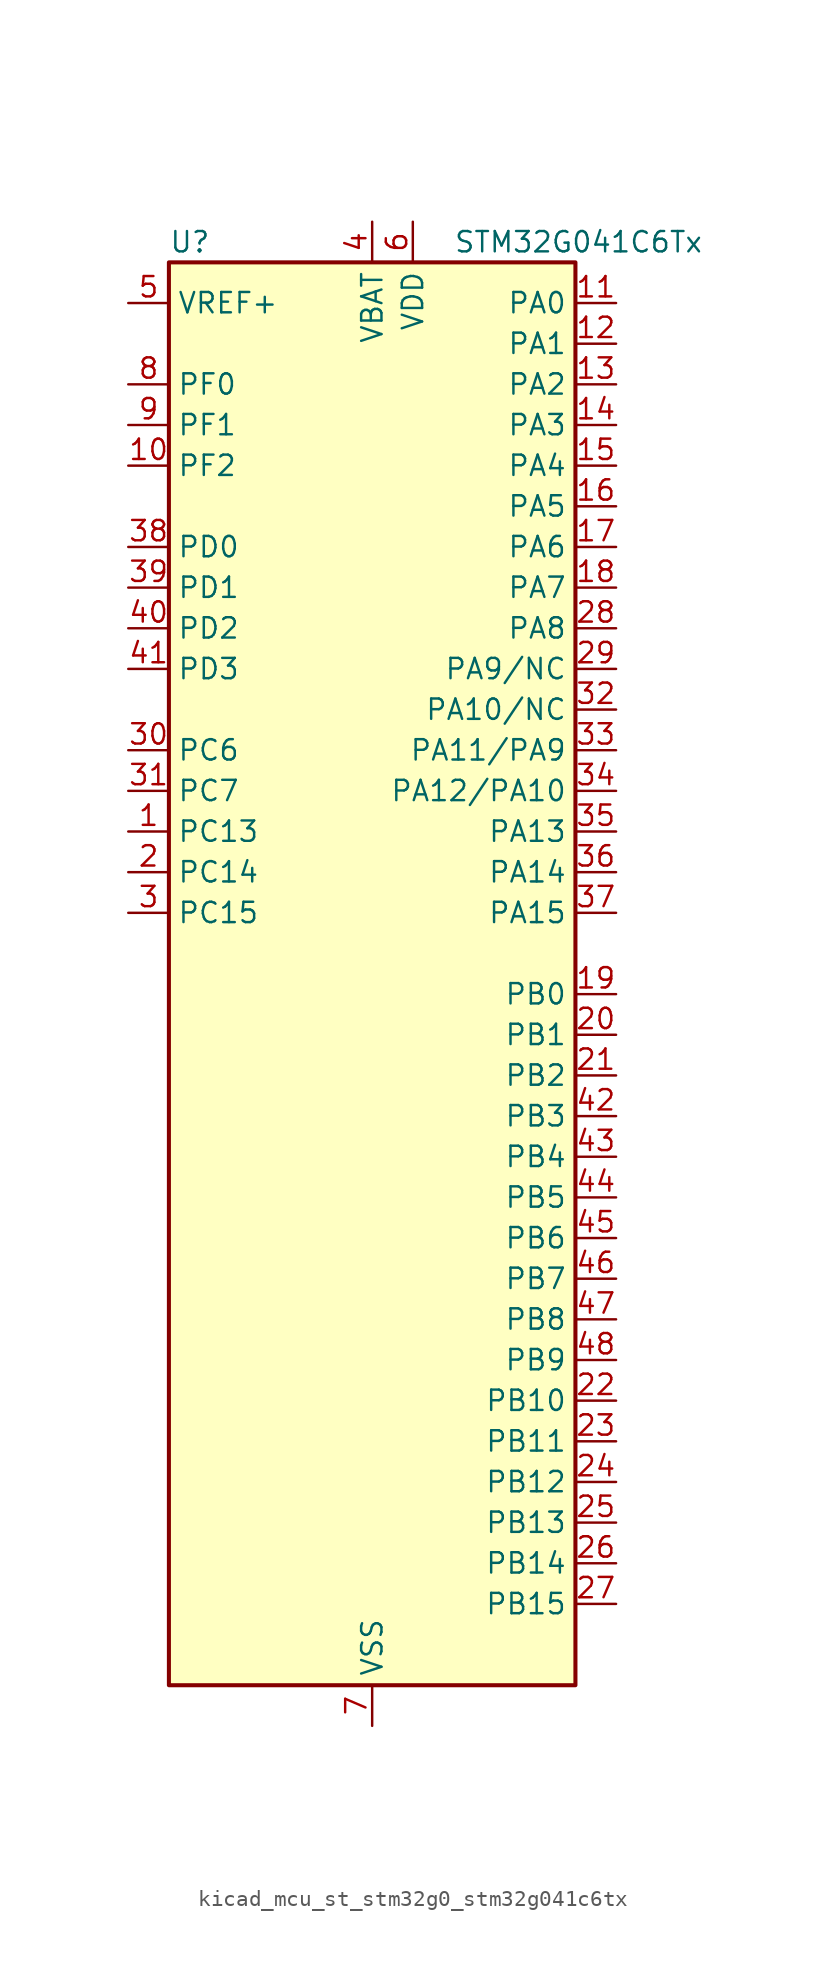
<source format=kicad_sym>
(kicad_symbol_lib
  (version 20220914)
  (generator kicad_symbol_editor)
  (symbol "kicad_mcu_st_stm32g0_stm32g041c6tx"
    (property "Reference" "U"
      (at -12.7 46.99 0)
      (effects (font (size 1.27 1.27)) (justify left)))
    (property "Value" "STM32G041C6Tx"
      (at 5.08 46.99 0)
      (effects (font (size 1.27 1.27)) (justify left)))
    (property "ki_locked" ""
      (at 0 0 0)
      (effects (font (size 1.27 1.27))))
    (symbol "kicad_mcu_st_stm32g0_stm32g041c6tx_0_1"
      (rectangle (start -12.7 -43.18) (end 12.7 45.72) (stroke (width 0.254) (type default)) (fill (type background))))
    (symbol "kicad_mcu_st_stm32g0_stm32g041c6tx_1_1"
      (pin bidirectional line (at -15.24 10.16 0) (length 2.54) (name "PC13" (effects (font (size 1.27 1.27)))) (number "1" (effects (font (size 1.27 1.27)))) (alternate "RTC_OUT_ALARM" bidirectional line) (alternate "RTC_OUT_CALIB" bidirectional line) (alternate "RTC_TAMP_IN1" bidirectional line) (alternate "RTC_TS" bidirectional line) (alternate "SYS_WKUP2" bidirectional line) (alternate "TIM1_BK" bidirectional line))
      (pin bidirectional line (at -15.24 33.02 0) (length 2.54) (name "PF2" (effects (font (size 1.27 1.27)))) (number "10" (effects (font (size 1.27 1.27)))) (alternate "RCC_MCO" bidirectional line))
      (pin bidirectional line (at 15.24 43.18 180) (length 2.54) (name "PA0" (effects (font (size 1.27 1.27)))) (number "11" (effects (font (size 1.27 1.27)))) (alternate "ADC1_IN0" bidirectional line) (alternate "LPTIM1_OUT" bidirectional line) (alternate "RTC_TAMP_IN2" bidirectional line) (alternate "SPI2_SCK" bidirectional line) (alternate "SYS_WKUP1" bidirectional line) (alternate "TIM2_CH1" bidirectional line) (alternate "TIM2_ETR" bidirectional line) (alternate "USART2_CTS" bidirectional line) (alternate "USART2_NSS" bidirectional line))
      (pin bidirectional line (at 15.24 40.64 180) (length 2.54) (name "PA1" (effects (font (size 1.27 1.27)))) (number "12" (effects (font (size 1.27 1.27)))) (alternate "ADC1_IN1" bidirectional line) (alternate "I2C1_SMBA" bidirectional line) (alternate "I2S1_CK" bidirectional line) (alternate "SPI1_SCK" bidirectional line) (alternate "TIM2_CH2" bidirectional line) (alternate "USART2_CK" bidirectional line) (alternate "USART2_DE" bidirectional line) (alternate "USART2_RTS" bidirectional line))
      (pin bidirectional line (at 15.24 38.1 180) (length 2.54) (name "PA2" (effects (font (size 1.27 1.27)))) (number "13" (effects (font (size 1.27 1.27)))) (alternate "ADC1_IN2" bidirectional line) (alternate "I2S1_SD" bidirectional line) (alternate "LPUART1_TX" bidirectional line) (alternate "RCC_LSCO" bidirectional line) (alternate "SPI1_MOSI" bidirectional line) (alternate "SYS_WKUP4" bidirectional line) (alternate "TIM2_CH3" bidirectional line) (alternate "USART2_TX" bidirectional line))
      (pin bidirectional line (at 15.24 35.56 180) (length 2.54) (name "PA3" (effects (font (size 1.27 1.27)))) (number "14" (effects (font (size 1.27 1.27)))) (alternate "ADC1_IN3" bidirectional line) (alternate "LPUART1_RX" bidirectional line) (alternate "SPI2_MISO" bidirectional line) (alternate "TIM2_CH4" bidirectional line) (alternate "USART2_RX" bidirectional line))
      (pin bidirectional line (at 15.24 33.02 180) (length 2.54) (name "PA4" (effects (font (size 1.27 1.27)))) (number "15" (effects (font (size 1.27 1.27)))) (alternate "ADC1_IN4" bidirectional line) (alternate "I2S1_WS" bidirectional line) (alternate "LPTIM2_OUT" bidirectional line) (alternate "RTC_OUT_ALARM" bidirectional line) (alternate "RTC_OUT_CALIB" bidirectional line) (alternate "SPI1_NSS" bidirectional line) (alternate "SPI2_MOSI" bidirectional line) (alternate "TIM14_CH1" bidirectional line))
      (pin bidirectional line (at 15.24 30.48 180) (length 2.54) (name "PA5" (effects (font (size 1.27 1.27)))) (number "16" (effects (font (size 1.27 1.27)))) (alternate "ADC1_IN5" bidirectional line) (alternate "I2S1_CK" bidirectional line) (alternate "LPTIM2_ETR" bidirectional line) (alternate "SPI1_SCK" bidirectional line) (alternate "TIM2_CH1" bidirectional line) (alternate "TIM2_ETR" bidirectional line))
      (pin bidirectional line (at 15.24 27.94 180) (length 2.54) (name "PA6" (effects (font (size 1.27 1.27)))) (number "17" (effects (font (size 1.27 1.27)))) (alternate "ADC1_IN6" bidirectional line) (alternate "I2S1_MCK" bidirectional line) (alternate "LPUART1_CTS" bidirectional line) (alternate "SPI1_MISO" bidirectional line) (alternate "TIM16_CH1" bidirectional line) (alternate "TIM1_BK" bidirectional line) (alternate "TIM3_CH1" bidirectional line))
      (pin bidirectional line (at 15.24 25.4 180) (length 2.54) (name "PA7" (effects (font (size 1.27 1.27)))) (number "18" (effects (font (size 1.27 1.27)))) (alternate "ADC1_IN7" bidirectional line) (alternate "I2S1_SD" bidirectional line) (alternate "SPI1_MOSI" bidirectional line) (alternate "TIM14_CH1" bidirectional line) (alternate "TIM17_CH1" bidirectional line) (alternate "TIM1_CH1N" bidirectional line) (alternate "TIM3_CH2" bidirectional line))
      (pin bidirectional line (at 15.24 0 180) (length 2.54) (name "PB0" (effects (font (size 1.27 1.27)))) (number "19" (effects (font (size 1.27 1.27)))) (alternate "ADC1_IN8" bidirectional line) (alternate "I2S1_WS" bidirectional line) (alternate "LPTIM1_OUT" bidirectional line) (alternate "SPI1_NSS" bidirectional line) (alternate "TIM1_CH2N" bidirectional line) (alternate "TIM3_CH3" bidirectional line))
      (pin bidirectional line (at -15.24 7.62 0) (length 2.54) (name "PC14" (effects (font (size 1.27 1.27)))) (number "2" (effects (font (size 1.27 1.27)))) (alternate "RCC_OSC32_IN" bidirectional line) (alternate "TIM1_BK2" bidirectional line))
      (pin bidirectional line (at 15.24 -2.54 180) (length 2.54) (name "PB1" (effects (font (size 1.27 1.27)))) (number "20" (effects (font (size 1.27 1.27)))) (alternate "ADC1_IN9" bidirectional line) (alternate "LPTIM2_IN1" bidirectional line) (alternate "LPUART1_DE" bidirectional line) (alternate "LPUART1_RTS" bidirectional line) (alternate "TIM14_CH1" bidirectional line) (alternate "TIM1_CH3N" bidirectional line) (alternate "TIM3_CH4" bidirectional line))
      (pin bidirectional line (at 15.24 -5.08 180) (length 2.54) (name "PB2" (effects (font (size 1.27 1.27)))) (number "21" (effects (font (size 1.27 1.27)))) (alternate "ADC1_IN10" bidirectional line) (alternate "LPTIM1_OUT" bidirectional line) (alternate "SPI2_MISO" bidirectional line))
      (pin bidirectional line (at 15.24 -25.4 180) (length 2.54) (name "PB10" (effects (font (size 1.27 1.27)))) (number "22" (effects (font (size 1.27 1.27)))) (alternate "ADC1_IN11" bidirectional line) (alternate "I2C2_SCL" bidirectional line) (alternate "LPUART1_RX" bidirectional line) (alternate "SPI2_SCK" bidirectional line) (alternate "TIM2_CH3" bidirectional line))
      (pin bidirectional line (at 15.24 -27.94 180) (length 2.54) (name "PB11" (effects (font (size 1.27 1.27)))) (number "23" (effects (font (size 1.27 1.27)))) (alternate "ADC1_EXTI11" bidirectional line) (alternate "ADC1_IN15" bidirectional line) (alternate "I2C2_SDA" bidirectional line) (alternate "LPUART1_TX" bidirectional line) (alternate "SPI2_MOSI" bidirectional line) (alternate "TIM2_CH4" bidirectional line))
      (pin bidirectional line (at 15.24 -30.48 180) (length 2.54) (name "PB12" (effects (font (size 1.27 1.27)))) (number "24" (effects (font (size 1.27 1.27)))) (alternate "ADC1_IN16" bidirectional line) (alternate "LPUART1_DE" bidirectional line) (alternate "LPUART1_RTS" bidirectional line) (alternate "SPI2_NSS" bidirectional line) (alternate "TIM1_BK" bidirectional line))
      (pin bidirectional line (at 15.24 -33.02 180) (length 2.54) (name "PB13" (effects (font (size 1.27 1.27)))) (number "25" (effects (font (size 1.27 1.27)))) (alternate "I2C2_SCL" bidirectional line) (alternate "LPUART1_CTS" bidirectional line) (alternate "SPI2_SCK" bidirectional line) (alternate "TIM1_CH1N" bidirectional line))
      (pin bidirectional line (at 15.24 -35.56 180) (length 2.54) (name "PB14" (effects (font (size 1.27 1.27)))) (number "26" (effects (font (size 1.27 1.27)))) (alternate "I2C2_SDA" bidirectional line) (alternate "SPI2_MISO" bidirectional line) (alternate "TIM1_CH2N" bidirectional line))
      (pin bidirectional line (at 15.24 -38.1 180) (length 2.54) (name "PB15" (effects (font (size 1.27 1.27)))) (number "27" (effects (font (size 1.27 1.27)))) (alternate "RTC_REFIN" bidirectional line) (alternate "SPI2_MOSI" bidirectional line) (alternate "TIM1_CH3N" bidirectional line))
      (pin bidirectional line (at 15.24 22.86 180) (length 2.54) (name "PA8" (effects (font (size 1.27 1.27)))) (number "28" (effects (font (size 1.27 1.27)))) (alternate "LPTIM2_OUT" bidirectional line) (alternate "RCC_MCO" bidirectional line) (alternate "SPI2_NSS" bidirectional line) (alternate "TIM1_CH1" bidirectional line))
      (pin bidirectional line (at 15.24 20.32 180) (length 2.54) (name "PA9/NC" (effects (font (size 1.27 1.27)))) (number "29" (effects (font (size 1.27 1.27)))) (alternate "I2C1_SCL" bidirectional line) (alternate "RCC_MCO" bidirectional line) (alternate "SPI2_MISO" bidirectional line) (alternate "TIM1_CH2" bidirectional line) (alternate "USART1_TX" bidirectional line))
      (pin bidirectional line (at -15.24 5.08 0) (length 2.54) (name "PC15" (effects (font (size 1.27 1.27)))) (number "3" (effects (font (size 1.27 1.27)))) (alternate "RCC_OSC32_EN" bidirectional line) (alternate "RCC_OSC32_OUT" bidirectional line) (alternate "RCC_OSC_EN" bidirectional line))
      (pin bidirectional line (at -15.24 15.24 0) (length 2.54) (name "PC6" (effects (font (size 1.27 1.27)))) (number "30" (effects (font (size 1.27 1.27)))) (alternate "TIM2_CH3" bidirectional line) (alternate "TIM3_CH1" bidirectional line))
      (pin bidirectional line (at -15.24 12.7 0) (length 2.54) (name "PC7" (effects (font (size 1.27 1.27)))) (number "31" (effects (font (size 1.27 1.27)))) (alternate "TIM2_CH4" bidirectional line) (alternate "TIM3_CH2" bidirectional line))
      (pin bidirectional line (at 15.24 17.78 180) (length 2.54) (name "PA10/NC" (effects (font (size 1.27 1.27)))) (number "32" (effects (font (size 1.27 1.27)))) (alternate "I2C1_SDA" bidirectional line) (alternate "SPI2_MOSI" bidirectional line) (alternate "TIM17_BK" bidirectional line) (alternate "TIM1_CH3" bidirectional line) (alternate "USART1_RX" bidirectional line))
      (pin bidirectional line (at 15.24 15.24 180) (length 2.54) (name "PA11/PA9" (effects (font (size 1.27 1.27)))) (number "33" (effects (font (size 1.27 1.27)))) (alternate "ADC1_EXTI11" bidirectional line) (alternate "I2C2_SCL" bidirectional line) (alternate "I2S1_MCK" bidirectional line) (alternate "SPI1_MISO" bidirectional line) (alternate "TIM1_BK2" bidirectional line) (alternate "TIM1_CH4" bidirectional line) (alternate "USART1_CTS" bidirectional line) (alternate "USART1_NSS" bidirectional line))
      (pin bidirectional line (at 15.24 12.7 180) (length 2.54) (name "PA12/PA10" (effects (font (size 1.27 1.27)))) (number "34" (effects (font (size 1.27 1.27)))) (alternate "I2C2_SDA" bidirectional line) (alternate "I2S1_SD" bidirectional line) (alternate "I2S_CKIN" bidirectional line) (alternate "SPI1_MOSI" bidirectional line) (alternate "TIM1_ETR" bidirectional line) (alternate "USART1_CK" bidirectional line) (alternate "USART1_DE" bidirectional line) (alternate "USART1_RTS" bidirectional line))
      (pin bidirectional line (at 15.24 10.16 180) (length 2.54) (name "PA13" (effects (font (size 1.27 1.27)))) (number "35" (effects (font (size 1.27 1.27)))) (alternate "ADC1_IN17" bidirectional line) (alternate "IR_OUT" bidirectional line) (alternate "SYS_SWDIO" bidirectional line))
      (pin bidirectional line (at 15.24 7.62 180) (length 2.54) (name "PA14" (effects (font (size 1.27 1.27)))) (number "36" (effects (font (size 1.27 1.27)))) (alternate "ADC1_IN18" bidirectional line) (alternate "SYS_SWCLK" bidirectional line) (alternate "USART2_TX" bidirectional line))
      (pin bidirectional line (at 15.24 5.08 180) (length 2.54) (name "PA15" (effects (font (size 1.27 1.27)))) (number "37" (effects (font (size 1.27 1.27)))) (alternate "I2S1_WS" bidirectional line) (alternate "SPI1_NSS" bidirectional line) (alternate "TIM2_CH1" bidirectional line) (alternate "TIM2_ETR" bidirectional line) (alternate "USART2_RX" bidirectional line))
      (pin bidirectional line (at -15.24 27.94 0) (length 2.54) (name "PD0" (effects (font (size 1.27 1.27)))) (number "38" (effects (font (size 1.27 1.27)))) (alternate "SPI2_NSS" bidirectional line) (alternate "TIM16_CH1" bidirectional line))
      (pin bidirectional line (at -15.24 25.4 0) (length 2.54) (name "PD1" (effects (font (size 1.27 1.27)))) (number "39" (effects (font (size 1.27 1.27)))) (alternate "SPI2_SCK" bidirectional line) (alternate "TIM17_CH1" bidirectional line))
      (pin power_in line (at 0 48.26 270) (length 2.54) (name "VBAT" (effects (font (size 1.27 1.27)))) (number "4" (effects (font (size 1.27 1.27)))))
      (pin bidirectional line (at -15.24 22.86 0) (length 2.54) (name "PD2" (effects (font (size 1.27 1.27)))) (number "40" (effects (font (size 1.27 1.27)))) (alternate "TIM1_CH1N" bidirectional line) (alternate "TIM3_ETR" bidirectional line))
      (pin bidirectional line (at -15.24 20.32 0) (length 2.54) (name "PD3" (effects (font (size 1.27 1.27)))) (number "41" (effects (font (size 1.27 1.27)))) (alternate "SPI2_MISO" bidirectional line) (alternate "TIM1_CH2N" bidirectional line) (alternate "USART2_CTS" bidirectional line) (alternate "USART2_NSS" bidirectional line))
      (pin bidirectional line (at 15.24 -7.62 180) (length 2.54) (name "PB3" (effects (font (size 1.27 1.27)))) (number "42" (effects (font (size 1.27 1.27)))) (alternate "I2S1_CK" bidirectional line) (alternate "SPI1_SCK" bidirectional line) (alternate "TIM1_CH2" bidirectional line) (alternate "TIM2_CH2" bidirectional line) (alternate "USART1_CK" bidirectional line) (alternate "USART1_DE" bidirectional line) (alternate "USART1_RTS" bidirectional line))
      (pin bidirectional line (at 15.24 -10.16 180) (length 2.54) (name "PB4" (effects (font (size 1.27 1.27)))) (number "43" (effects (font (size 1.27 1.27)))) (alternate "I2S1_MCK" bidirectional line) (alternate "SPI1_MISO" bidirectional line) (alternate "TIM17_BK" bidirectional line) (alternate "TIM3_CH1" bidirectional line) (alternate "USART1_CTS" bidirectional line) (alternate "USART1_NSS" bidirectional line))
      (pin bidirectional line (at 15.24 -12.7 180) (length 2.54) (name "PB5" (effects (font (size 1.27 1.27)))) (number "44" (effects (font (size 1.27 1.27)))) (alternate "I2C1_SMBA" bidirectional line) (alternate "I2S1_SD" bidirectional line) (alternate "LPTIM1_IN1" bidirectional line) (alternate "SPI1_MOSI" bidirectional line) (alternate "SYS_WKUP6" bidirectional line) (alternate "TIM16_BK" bidirectional line) (alternate "TIM3_CH2" bidirectional line))
      (pin bidirectional line (at 15.24 -15.24 180) (length 2.54) (name "PB6" (effects (font (size 1.27 1.27)))) (number "45" (effects (font (size 1.27 1.27)))) (alternate "I2C1_SCL" bidirectional line) (alternate "LPTIM1_ETR" bidirectional line) (alternate "SPI2_MISO" bidirectional line) (alternate "TIM16_CH1N" bidirectional line) (alternate "TIM1_CH3" bidirectional line) (alternate "USART1_TX" bidirectional line))
      (pin bidirectional line (at 15.24 -17.78 180) (length 2.54) (name "PB7" (effects (font (size 1.27 1.27)))) (number "46" (effects (font (size 1.27 1.27)))) (alternate "I2C1_SDA" bidirectional line) (alternate "LPTIM1_IN2" bidirectional line) (alternate "SPI2_MOSI" bidirectional line) (alternate "SYS_PVD_IN" bidirectional line) (alternate "TIM17_CH1N" bidirectional line) (alternate "USART1_RX" bidirectional line))
      (pin bidirectional line (at 15.24 -20.32 180) (length 2.54) (name "PB8" (effects (font (size 1.27 1.27)))) (number "47" (effects (font (size 1.27 1.27)))) (alternate "I2C1_SCL" bidirectional line) (alternate "SPI2_SCK" bidirectional line) (alternate "TIM16_CH1" bidirectional line))
      (pin bidirectional line (at 15.24 -22.86 180) (length 2.54) (name "PB9" (effects (font (size 1.27 1.27)))) (number "48" (effects (font (size 1.27 1.27)))) (alternate "I2C1_SDA" bidirectional line) (alternate "IR_OUT" bidirectional line) (alternate "SPI2_NSS" bidirectional line) (alternate "TIM17_CH1" bidirectional line))
      (pin input line (at -15.24 43.18 0) (length 2.54) (name "VREF+" (effects (font (size 1.27 1.27)))) (number "5" (effects (font (size 1.27 1.27)))) (alternate "VREFBUF_OUT" bidirectional line))
      (pin power_in line (at 2.54 48.26 270) (length 2.54) (name "VDD" (effects (font (size 1.27 1.27)))) (number "6" (effects (font (size 1.27 1.27)))))
      (pin power_in line (at 0 -45.72 90) (length 2.54) (name "VSS" (effects (font (size 1.27 1.27)))) (number "7" (effects (font (size 1.27 1.27)))))
      (pin bidirectional line (at -15.24 38.1 0) (length 2.54) (name "PF0" (effects (font (size 1.27 1.27)))) (number "8" (effects (font (size 1.27 1.27)))) (alternate "RCC_OSC_IN" bidirectional line) (alternate "TIM14_CH1" bidirectional line))
      (pin bidirectional line (at -15.24 35.56 0) (length 2.54) (name "PF1" (effects (font (size 1.27 1.27)))) (number "9" (effects (font (size 1.27 1.27)))) (alternate "RCC_OSC_EN" bidirectional line) (alternate "RCC_OSC_OUT" bidirectional line)))))
</source>
